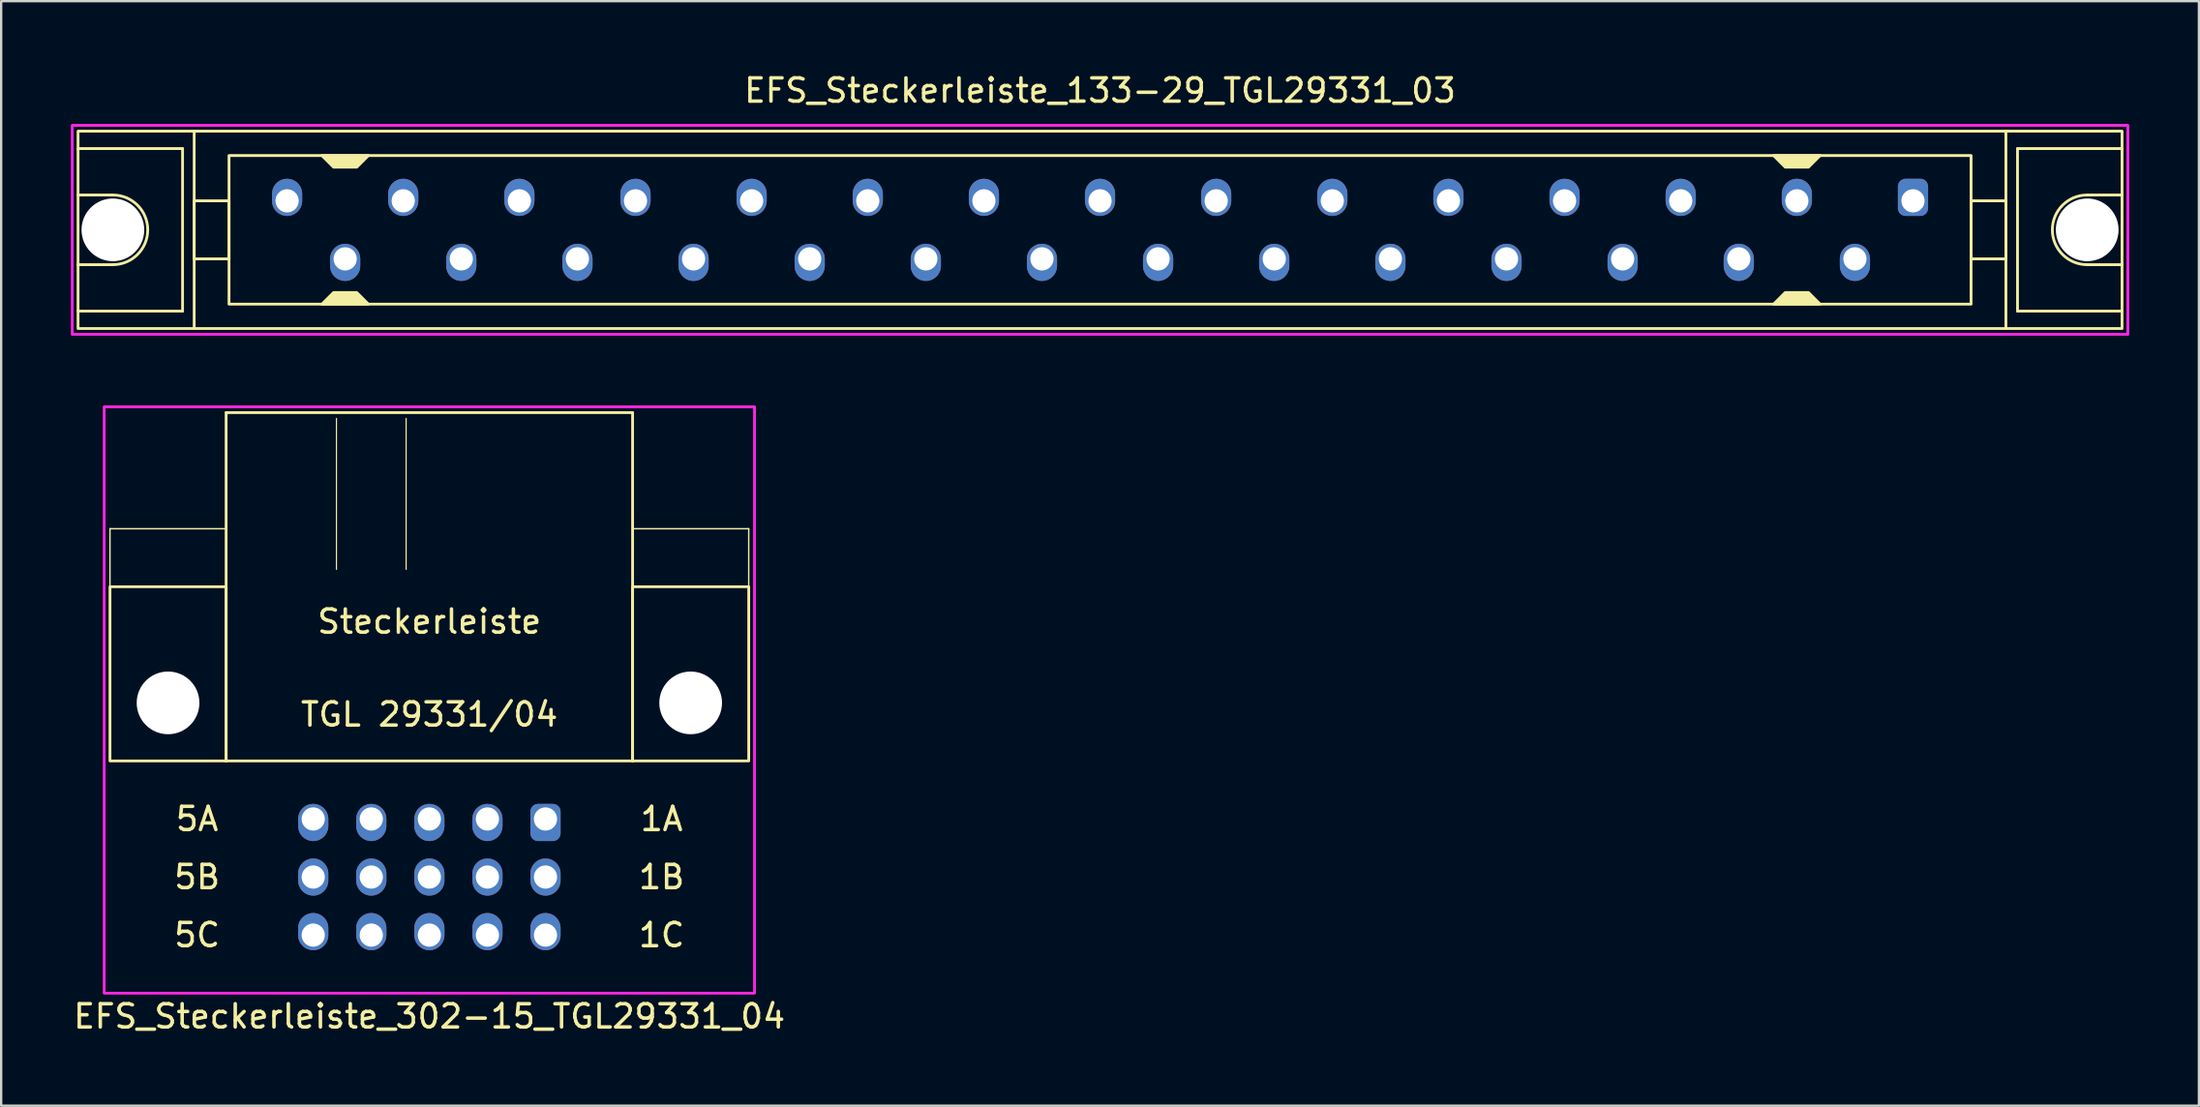
<source format=kicad_pcb>
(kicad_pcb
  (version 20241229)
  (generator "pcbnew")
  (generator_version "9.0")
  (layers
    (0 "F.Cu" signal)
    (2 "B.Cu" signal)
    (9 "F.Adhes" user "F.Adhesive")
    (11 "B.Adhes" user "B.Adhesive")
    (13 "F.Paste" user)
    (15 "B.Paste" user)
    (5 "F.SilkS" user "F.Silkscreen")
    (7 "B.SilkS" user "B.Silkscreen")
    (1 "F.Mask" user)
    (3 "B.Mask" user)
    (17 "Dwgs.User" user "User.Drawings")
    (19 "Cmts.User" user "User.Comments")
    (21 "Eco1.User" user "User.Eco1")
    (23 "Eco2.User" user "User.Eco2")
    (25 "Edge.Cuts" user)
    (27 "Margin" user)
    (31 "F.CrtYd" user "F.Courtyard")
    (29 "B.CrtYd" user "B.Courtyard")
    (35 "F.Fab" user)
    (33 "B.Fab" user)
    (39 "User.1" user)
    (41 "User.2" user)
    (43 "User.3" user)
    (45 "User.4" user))
  (footprint "EFS_Steckerleiste_133-29_TGL29331_03"
    (layer "F.Cu")
    (at 44.31 6.848)
    (property "Reference" "EFS_Steckerleiste_133-29_TGL29331_03" (at 0 -6 180) (layer "F.SilkS") (effects (font (size 1 1) (thickness 0.15))))
    (attr through_hole)
    (fp_line (start -44 -3.5) (end -39.5 -3.5) (stroke (width 0.12) (type solid)) (layer "F.SilkS"))
    (fp_line (start -42.5 -1.5) (end -44 -1.5) (stroke (width 0.12) (type solid)) (layer "F.SilkS"))
    (fp_line (start -42.5 1.5) (end -44 1.5) (stroke (width 0.12) (type solid)) (layer "F.SilkS"))
    (fp_line (start -39.5 -3.5) (end -39.5 3.5) (stroke (width 0.12) (type solid)) (layer "F.SilkS"))
    (fp_line (start -39.5 3.5) (end -44 3.5) (stroke (width 0.12) (type solid)) (layer "F.SilkS"))
    (fp_line (start -39 4.25) (end -39 -4.25) (stroke (width 0.12) (type solid)) (layer "F.SilkS"))
    (fp_line (start 39 4.25) (end 39 -4.25) (stroke (width 0.12) (type solid)) (layer "F.SilkS"))
    (fp_line (start 39.5 -3.5) (end 39.5 3.5) (stroke (width 0.12) (type solid)) (layer "F.SilkS"))
    (fp_line (start 39.5 3.5) (end 44 3.5) (stroke (width 0.12) (type solid)) (layer "F.SilkS"))
    (fp_line (start 42.5 -1.5) (end 44 -1.5) (stroke (width 0.12) (type solid)) (layer "F.SilkS"))
    (fp_line (start 42.5 1.5) (end 44 1.5) (stroke (width 0.12) (type solid)) (layer "F.SilkS"))
    (fp_line (start 44 -3.5) (end 39.5 -3.5) (stroke (width 0.12) (type solid)) (layer "F.SilkS"))
    (fp_rect (start -44 -4.25) (end 44 4.25) (stroke (width 0.12) (type solid)) (fill no) (layer "F.SilkS"))
    (fp_rect (start -37.5 -3.2) (end 37.5 3.2) (stroke (width 0.12) (type solid)) (fill no) (layer "F.SilkS"))
    (fp_rect (start -37.5 -1.25) (end -39 1.25) (stroke (width 0.12) (type solid)) (fill no) (layer "F.SilkS"))
    (fp_rect (start 39 -1.25) (end 37.5 1.25) (stroke (width 0.12) (type solid)) (fill no) (layer "F.SilkS"))
    (fp_arc (start -42.5 -1.5) (mid -41 0) (end -42.5 1.5) (stroke (width 0.12) (type solid)) (layer "F.SilkS"))
    (fp_arc (start 42.5 1.5) (mid 41 0) (end 42.5 -1.5) (stroke (width 0.12) (type solid)) (layer "F.SilkS"))
    (fp_poly (pts (xy -33 2.7) (xy -32 2.7) (xy -31.5 3.2) (xy -33.5 3.2)) (stroke (width 0.12) (type solid)) (fill yes) (layer "F.SilkS"))
    (fp_poly (pts (xy -32 -2.7) (xy -33 -2.7) (xy -33.5 -3.2) (xy -31.5 -3.2)) (stroke (width 0.12) (type solid)) (fill yes) (layer "F.SilkS"))
    (fp_poly (pts (xy 29.5 2.7) (xy 30.5 2.7) (xy 31 3.2) (xy 29 3.2)) (stroke (width 0.12) (type solid)) (fill yes) (layer "F.SilkS"))
    (fp_poly (pts (xy 30.5 -2.7) (xy 29.5 -2.7) (xy 29 -3.2) (xy 31 -3.2)) (stroke (width 0.12) (type solid)) (fill yes) (layer "F.SilkS"))
    (fp_rect (start -44.25 -4.5) (end 44.25 4.5) (stroke (width 0.12) (type solid)) (fill no) (layer "F.CrtYd"))
    (pad "" np_thru_hole circle (at -42.5 0) (size 2.7 2.7) (drill 2.7) (layers "*.Cu" "*.Mask"))
    (pad "" np_thru_hole circle (at 42.5 0) (size 2.7 2.7) (drill 2.7) (layers "*.Cu" "*.Mask"))
    (pad "1a" thru_hole roundrect (at 35 -1.25) (size 1.3 1.6) (drill 1 (offset 0 -0.15)) (layers "*.Cu" "*.Mask") (roundrect_rratio 0.25))
    (pad "2b" thru_hole oval (at 32.5 1.25) (size 1.3 1.6) (drill 1 (offset 0 0.15)) (layers "*.Cu" "*.Mask"))
    (pad "3a" thru_hole oval (at 30 -1.25) (size 1.3 1.6) (drill 1 (offset 0 -0.15)) (layers "*.Cu" "*.Mask"))
    (pad "4b" thru_hole oval (at 27.5 1.25) (size 1.3 1.6) (drill 1 (offset 0 0.15)) (layers "*.Cu" "*.Mask"))
    (pad "5a" thru_hole oval (at 25 -1.25) (size 1.3 1.6) (drill 1 (offset 0 -0.15)) (layers "*.Cu" "*.Mask"))
    (pad "6b" thru_hole oval (at 22.5 1.25) (size 1.3 1.6) (drill 1 (offset 0 0.15)) (layers "*.Cu" "*.Mask"))
    (pad "7a" thru_hole oval (at 20 -1.25) (size 1.3 1.6) (drill 1 (offset 0 -0.15)) (layers "*.Cu" "*.Mask"))
    (pad "8b" thru_hole oval (at 17.5 1.25) (size 1.3 1.6) (drill 1 (offset 0 0.15)) (layers "*.Cu" "*.Mask"))
    (pad "9a" thru_hole oval (at 15 -1.25) (size 1.3 1.6) (drill 1 (offset 0 -0.15)) (layers "*.Cu" "*.Mask"))
    (pad "10b" thru_hole oval (at 12.5 1.25) (size 1.3 1.6) (drill 1 (offset 0 0.15)) (layers "*.Cu" "*.Mask"))
    (pad "11a" thru_hole oval (at 10 -1.25) (size 1.3 1.6) (drill 1 (offset 0 -0.15)) (layers "*.Cu" "*.Mask"))
    (pad "12b" thru_hole oval (at 7.5 1.25) (size 1.3 1.6) (drill 1 (offset 0 0.15)) (layers "*.Cu" "*.Mask"))
    (pad "13a" thru_hole oval (at 5 -1.25) (size 1.3 1.6) (drill 1 (offset 0 -0.15)) (layers "*.Cu" "*.Mask"))
    (pad "14b" thru_hole oval (at 2.5 1.25) (size 1.3 1.6) (drill 1 (offset 0 0.15)) (layers "*.Cu" "*.Mask"))
    (pad "15a" thru_hole oval (at 0 -1.25) (size 1.3 1.6) (drill 1 (offset 0 -0.15)) (layers "*.Cu" "*.Mask"))
    (pad "16b" thru_hole oval (at -2.5 1.25) (size 1.3 1.6) (drill 1 (offset 0 0.15)) (layers "*.Cu" "*.Mask"))
    (pad "17a" thru_hole oval (at -5 -1.25) (size 1.3 1.6) (drill 1 (offset 0 -0.15)) (layers "*.Cu" "*.Mask"))
    (pad "18b" thru_hole oval (at -7.5 1.25) (size 1.3 1.6) (drill 1 (offset 0 0.15)) (layers "*.Cu" "*.Mask"))
    (pad "19a" thru_hole oval (at -10 -1.25) (size 1.3 1.6) (drill 1 (offset 0 -0.15)) (layers "*.Cu" "*.Mask"))
    (pad "20b" thru_hole oval (at -12.5 1.25) (size 1.3 1.6) (drill 1 (offset 0 0.15)) (layers "*.Cu" "*.Mask"))
    (pad "21a" thru_hole oval (at -15 -1.25) (size 1.3 1.6) (drill 1 (offset 0 -0.15)) (layers "*.Cu" "*.Mask"))
    (pad "22b" thru_hole oval (at -17.5 1.25) (size 1.3 1.6) (drill 1 (offset 0 0.15)) (layers "*.Cu" "*.Mask"))
    (pad "23a" thru_hole oval (at -20 -1.25) (size 1.3 1.6) (drill 1 (offset 0 -0.15)) (layers "*.Cu" "*.Mask"))
    (pad "24b" thru_hole oval (at -22.5 1.25) (size 1.3 1.6) (drill 1 (offset 0 0.15)) (layers "*.Cu" "*.Mask"))
    (pad "25a" thru_hole oval (at -25 -1.25) (size 1.3 1.6) (drill 1 (offset 0 -0.15)) (layers "*.Cu" "*.Mask"))
    (pad "26b" thru_hole oval (at -27.5 1.25) (size 1.3 1.6) (drill 1 (offset 0 0.15)) (layers "*.Cu" "*.Mask"))
    (pad "27a" thru_hole oval (at -30 -1.25) (size 1.3 1.6) (drill 1 (offset 0 -0.15)) (layers "*.Cu" "*.Mask"))
    (pad "28b" thru_hole oval (at -32.5 1.25) (size 1.3 1.6) (drill 1 (offset 0 0.15)) (layers "*.Cu" "*.Mask"))
    (pad "29a" thru_hole oval (at -35 -1.25) (size 1.3 1.6) (drill 1 (offset 0 -0.15)) (layers "*.Cu" "*.Mask")))
  (footprint "EFS_Steckerleiste_302-15_TGL29331_04"
    (layer "F.Cu")
    (at 15.435 19.718)
    (property "Reference" "EFS_Steckerleiste_302-15_TGL29331_04" (at 0 21 180) (layer "F.SilkS") (effects (font (size 1 1) (thickness 0.15))))
    (attr through_hole)
    (fp_line (start -13.75 0) (end -13.75 2.5) (stroke (width 0.06) (type solid)) (layer "F.SilkS"))
    (fp_line (start -8.75 -5) (end -8.75 10) (stroke (width 0.12) (type solid)) (layer "F.SilkS"))
    (fp_line (start -8.75 -5) (end 8.75 -5) (stroke (width 0.12) (type solid)) (layer "F.SilkS"))
    (fp_line (start -8.75 0) (end -13.75 0) (stroke (width 0.06) (type solid)) (layer "F.SilkS"))
    (fp_line (start -8.75 10) (end 8.75 10) (stroke (width 0.12) (type solid)) (layer "F.SilkS"))
    (fp_line (start -4 -4.75) (end -4 1.75) (stroke (width 0.05) (type solid)) (layer "F.SilkS"))
    (fp_line (start -1 -4.75) (end -1 1.75) (stroke (width 0.05) (type solid)) (layer "F.SilkS"))
    (fp_line (start 8.75 10) (end 8.75 -5) (stroke (width 0.12) (type solid)) (layer "F.SilkS"))
    (fp_line (start 13.75 0) (end 8.75 0) (stroke (width 0.06) (type solid)) (layer "F.SilkS"))
    (fp_line (start 13.75 0) (end 13.75 2.5) (stroke (width 0.06) (type solid)) (layer "F.SilkS"))
    (fp_rect (start -8.75 10) (end -13.75 2.5) (stroke (width 0.12) (type solid)) (fill no) (layer "F.SilkS"))
    (fp_rect (start 13.75 10) (end 8.75 2.5) (stroke (width 0.12) (type solid)) (fill no) (layer "F.SilkS"))
    (fp_rect (start -14 -5.25) (end 14 20) (stroke (width 0.12) (type solid)) (fill no) (layer "F.CrtYd"))
    (fp_text user "1A" (at 10 12.5 0) (layer "F.SilkS") (effects (font (size 1 1) (thickness 0.15))))
    (fp_text user "5A" (at -10 12.5 0) (layer "F.SilkS") (effects (font (size 1 1) (thickness 0.15))))
    (fp_text user "5B" (at -10 15 0) (layer "F.SilkS") (effects (font (size 1 1) (thickness 0.15))))
    (fp_text user "1B" (at 10 15 0) (layer "F.SilkS") (effects (font (size 1 1) (thickness 0.15))))
    (fp_text user "Steckerleiste" (at 0 4 0) (unlocked yes) (layer "F.SilkS") (effects (font (size 1 1) (thickness 0.15))))
    (fp_text user "5C" (at -10 17.5 0) (layer "F.SilkS") (effects (font (size 1 1) (thickness 0.15))))
    (fp_text user "1C" (at 10 17.5 0) (layer "F.SilkS") (effects (font (size 1 1) (thickness 0.15))))
    (fp_text user "TGL 29331/04" (at 0 8 0) (unlocked yes) (layer "F.SilkS") (effects (font (size 1 1) (thickness 0.15))))
    (pad "" np_thru_hole circle (at -11.25 7.5) (size 2.7 2.7) (drill 2.7) (layers "*.Cu" "*.Mask"))
    (pad "" np_thru_hole circle (at 11.25 7.5) (size 2.7 2.7) (drill 2.7) (layers "*.Cu" "*.Mask"))
    (pad "1a" thru_hole roundrect (at 5 12.5 180) (size 1.3 1.6) (drill 1 (offset 0 -0.15)) (layers "*.Cu" "*.Mask") (roundrect_rratio 0.25))
    (pad "1b" thru_hole oval (at 5 15 180) (size 1.3 1.6) (drill 1) (layers "*.Cu" "*.Mask"))
    (pad "1c" thru_hole oval (at 5 17.5 180) (size 1.3 1.6) (drill 1 (offset 0 0.15)) (layers "*.Cu" "*.Mask"))
    (pad "2a" thru_hole oval (at 2.5 12.5 180) (size 1.3 1.6) (drill 1 (offset 0 -0.15)) (layers "*.Cu" "*.Mask"))
    (pad "2b" thru_hole oval (at 2.5 15 180) (size 1.3 1.6) (drill 1) (layers "*.Cu" "*.Mask"))
    (pad "2c" thru_hole oval (at 2.5 17.5 180) (size 1.3 1.6) (drill 1 (offset 0 0.15)) (layers "*.Cu" "*.Mask"))
    (pad "3a" thru_hole oval (at 0 12.5 180) (size 1.3 1.6) (drill 1 (offset 0 -0.15)) (layers "*.Cu" "*.Mask"))
    (pad "3b" thru_hole oval (at 0 15 180) (size 1.3 1.6) (drill 1) (layers "*.Cu" "*.Mask"))
    (pad "3c" thru_hole oval (at 0 17.5 180) (size 1.3 1.6) (drill 1 (offset 0 0.15)) (layers "*.Cu" "*.Mask"))
    (pad "4a" thru_hole oval (at -2.5 12.5 180) (size 1.3 1.6) (drill 1 (offset 0 -0.15)) (layers "*.Cu" "*.Mask"))
    (pad "4b" thru_hole oval (at -2.5 15 180) (size 1.3 1.6) (drill 1) (layers "*.Cu" "*.Mask"))
    (pad "4c" thru_hole oval (at -2.5 17.5 180) (size 1.3 1.6) (drill 1 (offset 0 0.15)) (layers "*.Cu" "*.Mask"))
    (pad "5a" thru_hole oval (at -5 12.5 180) (size 1.3 1.6) (drill 1 (offset 0 -0.15)) (layers "*.Cu" "*.Mask"))
    (pad "5b" thru_hole oval (at -5 15 180) (size 1.3 1.6) (drill 1) (layers "*.Cu" "*.Mask"))
    (pad "5c" thru_hole oval (at -5 17.5 180) (size 1.3 1.6) (drill 1 (offset 0 0.15)) (layers "*.Cu" "*.Mask")))
  (gr_rect
    (start -3 -3)
    (end 91.62 44.566)
    (stroke (width 0.1) (type default))
    (fill no)
    (layer "Edge.Cuts")))
</source>
